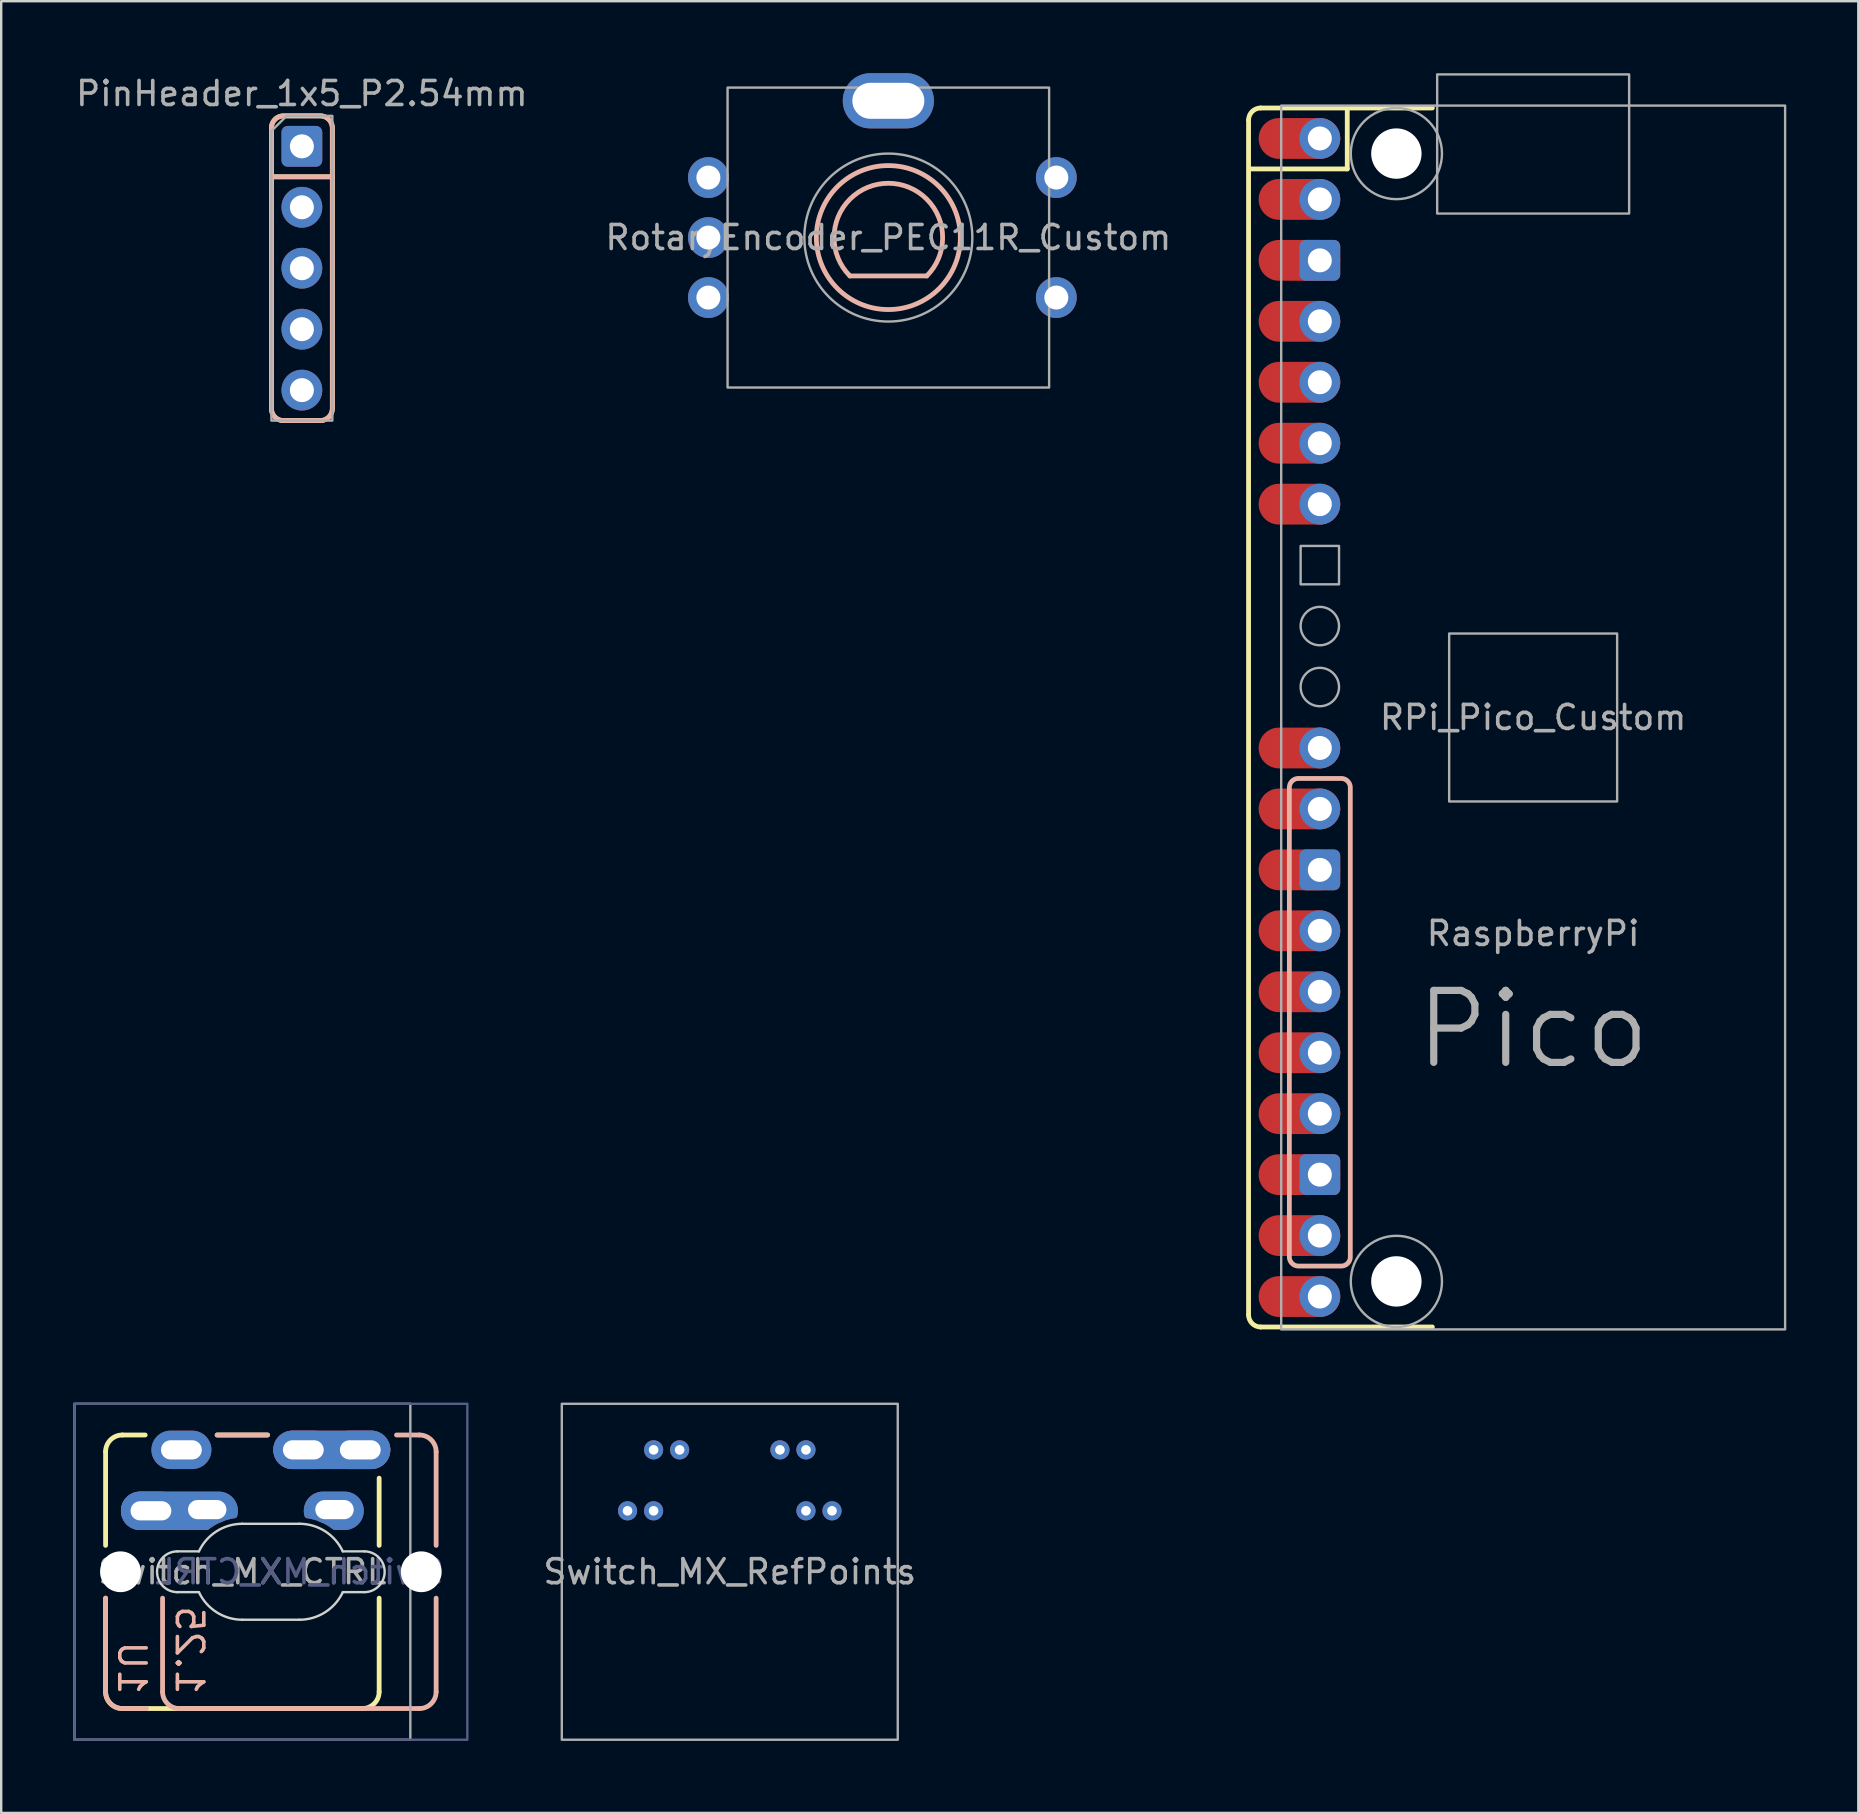
<source format=kicad_pcb>
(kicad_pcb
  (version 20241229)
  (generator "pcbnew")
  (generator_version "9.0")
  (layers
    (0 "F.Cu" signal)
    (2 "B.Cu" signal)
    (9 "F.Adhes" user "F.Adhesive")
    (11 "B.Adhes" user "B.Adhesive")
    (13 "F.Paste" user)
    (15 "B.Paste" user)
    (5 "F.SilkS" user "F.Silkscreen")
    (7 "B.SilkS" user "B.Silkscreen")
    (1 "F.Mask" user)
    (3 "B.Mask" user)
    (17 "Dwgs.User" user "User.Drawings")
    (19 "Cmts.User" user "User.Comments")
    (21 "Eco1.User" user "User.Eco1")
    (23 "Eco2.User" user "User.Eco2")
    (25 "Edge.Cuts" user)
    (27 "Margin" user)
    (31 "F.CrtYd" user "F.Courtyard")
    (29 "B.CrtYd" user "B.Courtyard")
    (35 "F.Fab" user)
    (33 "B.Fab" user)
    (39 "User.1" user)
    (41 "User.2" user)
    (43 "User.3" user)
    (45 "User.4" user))
  (footprint "RotaryEncoder_PEC11R_Custom"
    (layer "F.Cu")
    (at 33.97 6.85)
    (property "Reference" "RotaryEncoder_PEC11R_Custom" (at 0 0 0) (layer "F.Fab") (effects (font (size 1 1) (thickness 0.15))))
    (attr through_hole allow_missing_courtyard)
    (fp_line (start 1.6 1.6) (end -1.6 1.6) (stroke (width 0.2) (type default)) (layer "B.SilkS"))
    (fp_arc (start -1.6 1.6) (mid 0 -2.262742) (end 1.6 1.6) (stroke (width 0.2) (type default)) (layer "B.SilkS"))
    (fp_circle (center 0 0) (end 3 0) (stroke (width 0.2) (type default)) (fill no) (layer "B.SilkS"))
    (fp_rect (start -6.7 -6.25) (end 6.7 6.25) (stroke (width 0.1) (type solid)) (fill no) (layer "F.Fab"))
    (fp_circle (center 0 0) (end 3.5 0) (stroke (width 0.1) (type solid)) (fill no) (layer "F.Fab"))
    (pad "1" thru_hole circle (at 7 -2.5) (size 1.7 1.7) (drill 1) (layers "*.Cu" "*.Mask"))
    (pad "2" thru_hole circle (at 7 2.5) (size 1.7 1.7) (drill 1) (layers "*.Cu" "*.Mask"))
    (pad "A" thru_hole circle (at -7.5 -2.5) (size 1.7 1.7) (drill 1) (layers "*.Cu" "*.Mask"))
    (pad "B" thru_hole circle (at -7.5 2.5) (size 1.7 1.7) (drill 1) (layers "*.Cu" "*.Mask"))
    (pad "C" thru_hole circle (at -7.5 0) (size 1.7 1.7) (drill 1) (layers "*.Cu" "*.Mask"))
    (pad "MP" thru_hole oval (at 0 -5.7) (size 3.8 2.3) (drill oval 3 1.5) (layers "*.Cu" "*.Mask")))
  (footprint "Switch_MX_RefPoints"
    (layer "F.Cu")
    (at 27.362 62.45)
    (property "Reference" "Switch_MX_RefPoints" (at 0 0 0) (unlocked yes) (layer "F.Fab") (effects (font (size 1 1) (thickness 0.15))))
    (attr through_hole board_only exclude_from_pos_files exclude_from_bom allow_missing_courtyard)
    (fp_rect (start -7 -7) (end 7 7) (stroke (width 0.1) (type solid)) (fill no) (layer "F.Fab"))
    (pad "1" thru_hole circle (at 2.09 -5.08) (size 0.8 0.8) (drill 0.4) (layers "*.Cu" "*.Mask"))
    (pad "1" thru_hole circle (at 3.175 -5.08) (size 0.8 0.8) (drill 0.4) (layers "*.Cu" "*.Mask"))
    (pad "1" thru_hole circle (at 3.175 -2.54) (size 0.8 0.8) (drill 0.4) (layers "*.Cu" "*.Mask"))
    (pad "1" thru_hole circle (at 4.26 -2.54) (size 0.8 0.8) (drill 0.4) (layers "*.Cu" "*.Mask"))
    (pad "2" thru_hole circle (at -4.26 -2.54) (size 0.8 0.8) (drill 0.4) (layers "*.Cu" "*.Mask"))
    (pad "2" thru_hole circle (at -3.175 -5.08) (size 0.8 0.8) (drill 0.4) (layers "*.Cu" "*.Mask"))
    (pad "2" thru_hole circle (at -3.175 -2.54) (size 0.8 0.8) (drill 0.4) (layers "*.Cu" "*.Mask"))
    (pad "2" thru_hole circle (at -2.09 -5.08) (size 0.8 0.8) (drill 0.4) (layers "*.Cu" "*.Mask")))
  (footprint "RPi_Pico_Custom"
    (layer "F.Cu")
    (at 60.841 26.85)
    (property "Reference" "RPi_Pico_Custom" (at 0 0 0) (layer "F.Fab") (effects (font (size 1 1) (thickness 0.15))))
    (attr smd allow_missing_courtyard)
    (fp_line (start -11.86 -24.892) (end -11.86 24.892) (stroke (width 0.2) (type default)) (layer "F.SilkS"))
    (fp_line (start -11.811 -22.86) (end -7.747 -22.86) (stroke (width 0.2) (type default)) (layer "F.SilkS"))
    (fp_line (start -11.352 -25.4) (end -4.2 -25.4) (stroke (width 0.2) (type default)) (layer "F.SilkS"))
    (fp_line (start -11.352 25.4) (end -4.2 25.4) (stroke (width 0.2) (type default)) (layer "F.SilkS"))
    (fp_line (start -7.747 -25.4) (end -7.747 -22.86) (stroke (width 0.2) (type default)) (layer "F.SilkS"))
    (fp_arc (start -11.86 -24.892) (mid -11.71121 -25.25121) (end -11.352 -25.4) (stroke (width 0.2) (type solid)) (layer "F.SilkS"))
    (fp_arc (start -11.352 25.4) (mid -11.71121 25.25121) (end -11.86 24.892) (stroke (width 0.2) (type solid)) (layer "F.SilkS"))
    (fp_poly (pts (arc (start -10.16 22.479) (mid -10.048408 22.748408) (end -9.779 22.86)) (arc (start -8.001 22.86) (mid -7.731592 22.748408) (end -7.62 22.479)) (arc (start -7.62 2.921) (mid -7.731592 2.651592) (end -8.001 2.54)) (arc (start -9.779 2.54) (mid -10.048408 2.651592) (end -10.16 2.921))) (stroke (width 0.2) (type solid)) (fill no) (layer "B.SilkS"))
    (fp_rect (start -10.5 -25.5) (end 10.5 25.5) (stroke (width 0.1) (type solid)) (fill no) (layer "F.Fab"))
    (fp_rect (start -9.69 -7.15) (end -8.09 -5.55) (stroke (width 0.1) (type default)) (fill no) (layer "F.Fab"))
    (fp_rect (start -4 -26.8) (end 4 -21) (stroke (width 0.1) (type solid)) (fill no) (layer "F.Fab"))
    (fp_rect (start -3.5 -3.5) (end 3.5 3.5) (stroke (width 0.1) (type solid)) (fill no) (layer "F.Fab"))
    (fp_circle (center -8.89 -3.81) (end -8.09 -3.81) (stroke (width 0.1) (type default)) (fill no) (layer "F.Fab"))
    (fp_circle (center -8.89 -1.27) (end -8.09 -1.27) (stroke (width 0.1) (type default)) (fill no) (layer "F.Fab"))
    (fp_circle (center -5.7 -23.5) (end -3.8 -23.5) (stroke (width 0.1) (type solid)) (fill no) (layer "F.Fab"))
    (fp_circle (center -5.7 23.5) (end -3.8 23.5) (stroke (width 0.1) (type solid)) (fill no) (layer "F.Fab"))
    (fp_text user "Pico" (at 0 13 0) (layer "F.Fab") (effects (font (size 3 3) (thickness 0.3))))
    (fp_text user "RaspberryPi" (at 0 9 0) (layer "F.Fab") (effects (font (size 1 1) (thickness 0.15))))
    (pad "" np_thru_hole circle (at -5.7 -23.5) (size 2.1 2.1) (drill 2.1) (layers "*.Cu" "*.Mask"))
    (pad "" np_thru_hole circle (at -5.7 23.5) (size 2.1 2.1) (drill 2.1) (layers "*.Cu" "*.Mask"))
    (pad "1" smd oval (at -9.74 -24.13) (size 3.4 1.7) (layers "F.Cu" "F.Mask"))
    (pad "1" thru_hole circle (at -8.89 -24.13) (size 1.7 1.7) (drill 1) (layers "*.Cu" "*.Mask"))
    (pad "2" smd oval (at -9.74 -21.59) (size 3.4 1.7) (layers "F.Cu" "F.Mask"))
    (pad "2" thru_hole circle (at -8.89 -21.59) (size 1.7 1.7) (drill 1) (layers "*.Cu" "*.Mask"))
    (pad "3" smd oval (at -9.74 -19.05) (size 3.4 1.7) (layers "F.Cu" "F.Mask"))
    (pad "3" thru_hole roundrect (at -8.89 -19.05) (size 1.7 1.7) (drill 1) (layers "*.Cu" "*.Mask") (roundrect_rratio 0.15))
    (pad "4" smd oval (at -9.74 -16.51) (size 3.4 1.7) (layers "F.Cu" "F.Mask"))
    (pad "4" thru_hole circle (at -8.89 -16.51) (size 1.7 1.7) (drill 1) (layers "*.Cu" "*.Mask"))
    (pad "5" smd oval (at -9.74 -13.97) (size 3.4 1.7) (layers "F.Cu" "F.Mask"))
    (pad "5" thru_hole circle (at -8.89 -13.97) (size 1.7 1.7) (drill 1) (layers "*.Cu" "*.Mask"))
    (pad "6" smd oval (at -9.74 -11.43) (size 3.4 1.7) (layers "F.Cu" "F.Mask"))
    (pad "6" thru_hole circle (at -8.89 -11.43) (size 1.7 1.7) (drill 1) (layers "*.Cu" "*.Mask"))
    (pad "7" smd oval (at -9.74 -8.89) (size 3.4 1.7) (layers "F.Cu" "F.Mask"))
    (pad "7" thru_hole circle (at -8.89 -8.89) (size 1.7 1.7) (drill 1) (layers "*.Cu" "*.Mask"))
    (pad "11" smd oval (at -9.74 1.27) (size 3.4 1.7) (layers "F.Cu" "F.Mask"))
    (pad "11" thru_hole circle (at -8.89 1.27) (size 1.7 1.7) (drill 1) (layers "*.Cu" "*.Mask"))
    (pad "12" smd oval (at -9.74 3.81) (size 3.4 1.7) (layers "F.Cu" "F.Mask"))
    (pad "12" thru_hole circle (at -8.89 3.81) (size 1.7 1.7) (drill 1) (layers "*.Cu" "*.Mask"))
    (pad "13" smd oval (at -9.74 6.35) (size 3.4 1.7) (layers "F.Cu" "F.Mask"))
    (pad "13" thru_hole roundrect (at -8.89 6.35) (size 1.7 1.7) (drill 1) (layers "*.Cu" "*.Mask") (roundrect_rratio 0.15))
    (pad "14" smd oval (at -9.74 8.89) (size 3.4 1.7) (layers "F.Cu" "F.Mask"))
    (pad "14" thru_hole circle (at -8.89 8.89) (size 1.7 1.7) (drill 1) (layers "*.Cu" "*.Mask"))
    (pad "15" smd oval (at -9.74 11.43) (size 3.4 1.7) (layers "F.Cu" "F.Mask"))
    (pad "15" thru_hole circle (at -8.89 11.43) (size 1.7 1.7) (drill 1) (layers "*.Cu" "*.Mask"))
    (pad "16" smd oval (at -9.74 13.97) (size 3.4 1.7) (layers "F.Cu" "F.Mask"))
    (pad "16" thru_hole circle (at -8.89 13.97) (size 1.7 1.7) (drill 1) (layers "*.Cu" "*.Mask"))
    (pad "17" smd oval (at -9.74 16.51) (size 3.4 1.7) (layers "F.Cu" "F.Mask"))
    (pad "17" thru_hole circle (at -8.89 16.51) (size 1.7 1.7) (drill 1) (layers "*.Cu" "*.Mask"))
    (pad "18" smd oval (at -9.74 19.05) (size 3.4 1.7) (layers "F.Cu" "F.Mask"))
    (pad "18" thru_hole roundrect (at -8.89 19.05) (size 1.7 1.7) (drill 1) (layers "*.Cu" "*.Mask") (roundrect_rratio 0.15))
    (pad "19" smd oval (at -9.74 21.59) (size 3.4 1.7) (layers "F.Cu" "F.Mask"))
    (pad "19" thru_hole circle (at -8.89 21.59) (size 1.7 1.7) (drill 1) (layers "*.Cu" "*.Mask"))
    (pad "20" smd oval (at -9.74 24.13) (size 3.4 1.7) (layers "F.Cu" "F.Mask"))
    (pad "20" thru_hole circle (at -8.89 24.13) (size 1.7 1.7) (drill 1) (layers "*.Cu" "*.Mask")))
  (footprint "PinHeader_1x5_P2.54mm"
    (layer "F.Cu")
    (at 9.53 8.128)
    (property "Reference" "PinHeader_1x5_P2.54mm" (at 0 -7.28 0) (layer "F.Fab") (effects (font (size 1 1) (thickness 0.15))))
    (attr through_hole allow_missing_courtyard)
    (fp_line (start -1.27 -3.81) (end 1.27 -3.81) (stroke (width 0.2) (type default)) (layer "F.SilkS"))
    (fp_poly (pts (arc (start 1.27 -5.842) (mid 1.12121 -6.20121) (end 0.762 -6.35)) (arc (start -0.762 -6.35) (mid -1.12121 -6.20121) (end -1.27 -5.842)) (arc (start -1.27 5.842) (mid -1.12121 6.20121) (end -0.762 6.35)) (arc (start 0.762 6.35) (mid 1.12121 6.20121) (end 1.27 5.842))) (stroke (width 0.2) (type solid)) (fill no) (layer "F.SilkS"))
    (fp_line (start 1.27 -3.81) (end -1.27 -3.81) (stroke (width 0.2) (type default)) (layer "B.SilkS"))
    (fp_poly (pts (arc (start 1.27 -5.842) (mid 1.12121 -6.20121) (end 0.762 -6.35)) (arc (start -0.762 -6.35) (mid -1.12121 -6.20121) (end -1.27 -5.842)) (arc (start -1.27 5.842) (mid -1.12121 6.20121) (end -0.762 6.35)) (arc (start 0.762 6.35) (mid 1.12121 6.20121) (end 1.27 5.842))) (stroke (width 0.2) (type solid)) (fill no) (layer "B.SilkS"))
    (fp_poly (pts (xy 1.27 -6.35) (xy 1.27 6.35) (xy -1.27 6.35) (xy -1.27 -5.715) (xy -0.635 -6.35)) (stroke (width 0.1) (type solid)) (fill no) (layer "F.Fab"))
    (pad "1" thru_hole roundrect (at 0 -5.08) (size 1.7 1.7) (drill 1) (layers "*.Cu" "*.Mask") (roundrect_rratio 0.15))
    (pad "2" thru_hole circle (at 0 -2.54) (size 1.7 1.7) (drill 1) (layers "*.Cu" "*.Mask"))
    (pad "3" thru_hole circle (at 0 0) (size 1.7 1.7) (drill 1) (layers "*.Cu" "*.Mask"))
    (pad "4" thru_hole circle (at 0 2.54) (size 1.7 1.7) (drill 1) (layers "*.Cu" "*.Mask"))
    (pad "5" thru_hole circle (at 0 5.08) (size 1.7 1.7) (drill 1) (layers "*.Cu" "*.Mask")))
  (footprint "Switch_MX_CTRL"
    (layer "F.Cu")
    (at 7.05 62.45)
    (property "Reference" "Switch_MX_CTRL" (at 0 0 0) (unlocked yes) (layer "F.Fab") (effects (font (size 1 1) (thickness 0.15))))
    (attr smd allow_missing_courtyard)
    (fp_line (start -5.7 -5) (end -5.7 -1.1) (stroke (width 0.2) (type solid)) (layer "F.SilkS"))
    (fp_line (start -5.7 1.1) (end -5.7 5) (stroke (width 0.2) (type solid)) (layer "F.SilkS"))
    (fp_line (start -5 -5.7) (end -4.05 -5.7) (stroke (width 0.2) (type solid)) (layer "F.SilkS"))
    (fp_line (start -5 5.7) (end 5 5.7) (stroke (width 0.2) (type solid)) (layer "F.SilkS"))
    (fp_line (start -1.05 -5.7) (end 1.05 -5.7) (stroke (width 0.2) (type solid)) (layer "F.SilkS"))
    (fp_line (start 5.7 -3.9) (end 5.7 -1.1) (stroke (width 0.2) (type solid)) (layer "F.SilkS"))
    (fp_line (start 5.7 1.1) (end 5.7 5) (stroke (width 0.2) (type solid)) (layer "F.SilkS"))
    (fp_arc (start -5.7 -5) (mid -5.494975 -5.494975) (end -5 -5.7) (stroke (width 0.2) (type default)) (layer "F.SilkS"))
    (fp_arc (start -5 5.7) (mid -5.494975 5.494975) (end -5.7 5) (stroke (width 0.2) (type default)) (layer "F.SilkS"))
    (fp_arc (start 5.7 5) (mid 5.494975 5.494975) (end 5 5.7) (stroke (width 0.2) (type default)) (layer "F.SilkS"))
    (fp_line (start -5.7 1.1) (end -5.7 5) (stroke (width 0.2) (type solid)) (layer "B.SilkS"))
    (fp_line (start -5 5.7) (end -4 5.7) (stroke (width 0.2) (type solid)) (layer "B.SilkS"))
    (fp_line (start -3.325 1.1) (end -3.325 5) (stroke (width 0.2) (type solid)) (layer "B.SilkS"))
    (fp_line (start -2.625 5.7) (end 7.375 5.7) (stroke (width 0.2) (type solid)) (layer "B.SilkS"))
    (fp_line (start -1.05 -5.7) (end 1.05 -5.7) (stroke (width 0.2) (type solid)) (layer "B.SilkS"))
    (fp_line (start 7.375 -5.7) (end 6.425 -5.7) (stroke (width 0.2) (type solid)) (layer "B.SilkS"))
    (fp_line (start 8.075 -5) (end 8.075 -1.1) (stroke (width 0.2) (type solid)) (layer "B.SilkS"))
    (fp_line (start 8.075 1.1) (end 8.075 5) (stroke (width 0.2) (type solid)) (layer "B.SilkS"))
    (fp_arc (start -5 5.7) (mid -5.494974 5.494975) (end -5.7 5) (stroke (width 0.2) (type default)) (layer "B.SilkS"))
    (fp_arc (start -2.625 5.7) (mid -3.119974 5.494975) (end -3.325 5) (stroke (width 0.2) (type default)) (layer "B.SilkS"))
    (fp_arc (start 7.375 -5.7) (mid 7.869974 -5.494975) (end 8.075 -5) (stroke (width 0.2) (type default)) (layer "B.SilkS"))
    (fp_arc (start 8.075 5) (mid 7.869975 5.494974) (end 7.375 5.7) (stroke (width 0.2) (type default)) (layer "B.SilkS"))
    (fp_line (start -2.705 -0.85) (end -1.81 -0.85) (stroke (width 0.1) (type default)) (layer "Edge.Cuts"))
    (fp_line (start -1.81 0.85) (end -2.705 0.85) (stroke (width 0.1) (type default)) (layer "Edge.Cuts"))
    (fp_line (start 0 2) (end 2.375 2) (stroke (width 0.1) (type default)) (layer "Edge.Cuts"))
    (fp_line (start 2.375 -2) (end 0 -2) (stroke (width 0.1) (type default)) (layer "Edge.Cuts"))
    (fp_line (start 4.185 -0.85) (end 5.08 -0.85) (stroke (width 0.1) (type default)) (layer "Edge.Cuts"))
    (fp_line (start 5.08 0.85) (end 4.185 0.85) (stroke (width 0.1) (type default)) (layer "Edge.Cuts"))
    (fp_arc (start -2.705 0.85) (mid -3.555 0) (end -2.705 -0.85) (stroke (width 0.1) (type default)) (layer "Edge.Cuts"))
    (fp_arc (start -1.810387 -0.85) (mid -1.072381 -1.688195) (end 0 -2) (stroke (width 0.1) (type default)) (layer "Edge.Cuts"))
    (fp_arc (start 0 2) (mid -1.07238 1.688194) (end -1.810387 0.85) (stroke (width 0.1) (type default)) (layer "Edge.Cuts"))
    (fp_arc (start 2.375 -2) (mid 3.44738 -1.688194) (end 4.185387 -0.85) (stroke (width 0.1) (type default)) (layer "Edge.Cuts"))
    (fp_arc (start 4.185387 0.85) (mid 3.447381 1.688195) (end 2.375 2) (stroke (width 0.1) (type default)) (layer "Edge.Cuts"))
    (fp_arc (start 5.08 -0.85) (mid 5.93 0) (end 5.08 0.85) (stroke (width 0.1) (type default)) (layer "Edge.Cuts"))
    (fp_rect (start -7 -7) (end 9.375 7) (stroke (width 0.1) (type solid)) (fill no) (layer "B.Fab"))
    (fp_rect (start -7 -7) (end 7 7) (stroke (width 0.1) (type solid)) (fill no) (layer "F.Fab"))
    (fp_text user "1.25" (at -2.85 5.207 270) (unlocked yes) (layer "B.SilkS") (effects (font (size 1.1 1.1) (thickness 0.15)) (justify left bottom mirror)))
    (fp_text user "1U" (at -5.25 5.207 270) (unlocked yes) (layer "B.SilkS") (effects (font (size 1.1 1.1) (thickness 0.15)) (justify left bottom mirror)))
    (fp_text user "${REFERENCE}" (at 2.375 0 0) (unlocked yes) (layer "B.Fab") (effects (font (size 1 1) (thickness 0.15)) (justify mirror)))
    (pad "" np_thru_hole circle (at -5.08 0) (size 1.7 1.7) (drill 1.7) (layers "*.Cu" "*.Mask"))
    (pad "" np_thru_hole circle (at 7.455 0) (size 1.7 1.7) (drill 1.7) (layers "*.Cu" "*.Mask"))
    (pad "1" thru_hole oval (at 2.54 -5.08) (size 2.5 1.6) (drill oval 1.7 0.8) (layers "*.Cu" "*.Mask"))
    (pad "1" smd custom (at 3.36 -2.54) (size 0.8 0.8) (layers "F.Cu" "F.Mask") (options (anchor circle)) (primitives (gr_poly (pts (arc (start 0.9 -0.7) (mid 1.6 0) (end 0.9 0.7)) (arc (start 0.484838 0.7) (mid -0.058545 0.37489) (end -0.668907 0.206311)) (arc (start -0.668907 0.20631) (mid -0.563213 -0.415682) (end 0 -0.7))) (width 0.2) (fill yes))))
    (pad "1" smd custom (at 3.36 -2.54) (size 0.8 0.8) (layers "B.Cu" "B.Mask") (options (anchor circle)) (primitives (gr_poly (pts (arc (start 0.9 -0.7) (mid 1.6 0) (end 0.9 0.7)) (arc (start 0.484838 0.7) (mid -0.058545 0.37489) (end -0.668907 0.206311)) (arc (start -0.668907 0.20631) (mid -0.563213 -0.415682) (end 0 -0.7))) (width 0.2) (fill yes))))
    (pad "1" smd oval (at 3.728 -5.08) (size 4.875 1.6) (layers "F.Cu" "F.Mask"))
    (pad "1" smd oval (at 3.728 -5.08) (size 4.875 1.6) (layers "B.Cu" "B.Mask"))
    (pad "1" thru_hole oval (at 3.84 -2.59) (size 1.9 1.1) (drill oval 1.6 0.8) (layers "*.Cu" "*.Mask"))
    (pad "1" thru_hole oval (at 4.915 -5.08) (size 2.5 1.6) (drill oval 1.7 0.8) (layers "*.Cu" "*.Mask"))
    (pad "2" thru_hole oval (at -3.81 -2.54) (size 2.5 1.6) (drill oval 1.7 0.8) (layers "*.Cu" "*.Mask"))
    (pad "2" thru_hole oval (at -2.54 -5.08) (size 2.5 1.6) (drill oval 1.7 0.8) (layers "*.Cu" "*.Mask"))
    (pad "2" thru_hole oval (at -1.465 -2.59) (size 1.9 1.1) (drill oval 1.6 0.8) (layers "*.Cu" "*.Mask"))
    (pad "2" smd custom (at -0.985 -2.54) (size 0.8 0.8) (layers "F.Cu" "F.Mask") (options (anchor circle)) (primitives (gr_poly (pts (arc (start -3.275 -0.7) (mid -3.975 0) (end -3.275 0.7)) (arc (start -0.484838 0.7) (mid 0.058545 0.37489) (end 0.668907 0.206311)) (arc (start 0.668907 0.20631) (mid 0.563213 -0.415682) (end 0 -0.7))) (width 0.2) (fill yes))))
    (pad "2" smd custom (at -0.985 -2.54) (size 0.8 0.8) (layers "B.Cu" "B.Mask") (options (anchor circle)) (primitives (gr_poly (pts (arc (start -3.275 -0.7) (mid -3.975 0) (end -3.275 0.7)) (arc (start -0.484838 0.7) (mid 0.058545 0.37489) (end 0.668907 0.206311)) (arc (start 0.668907 0.20631) (mid 0.563213 -0.415682) (end 0 -0.7))) (width 0.2) (fill yes)))))
  (gr_rect
    (start -3 -3)
    (end 74.391 72.5)
    (stroke (width 0.1) (type default))
    (fill no)
    (layer "Edge.Cuts")))
</source>
